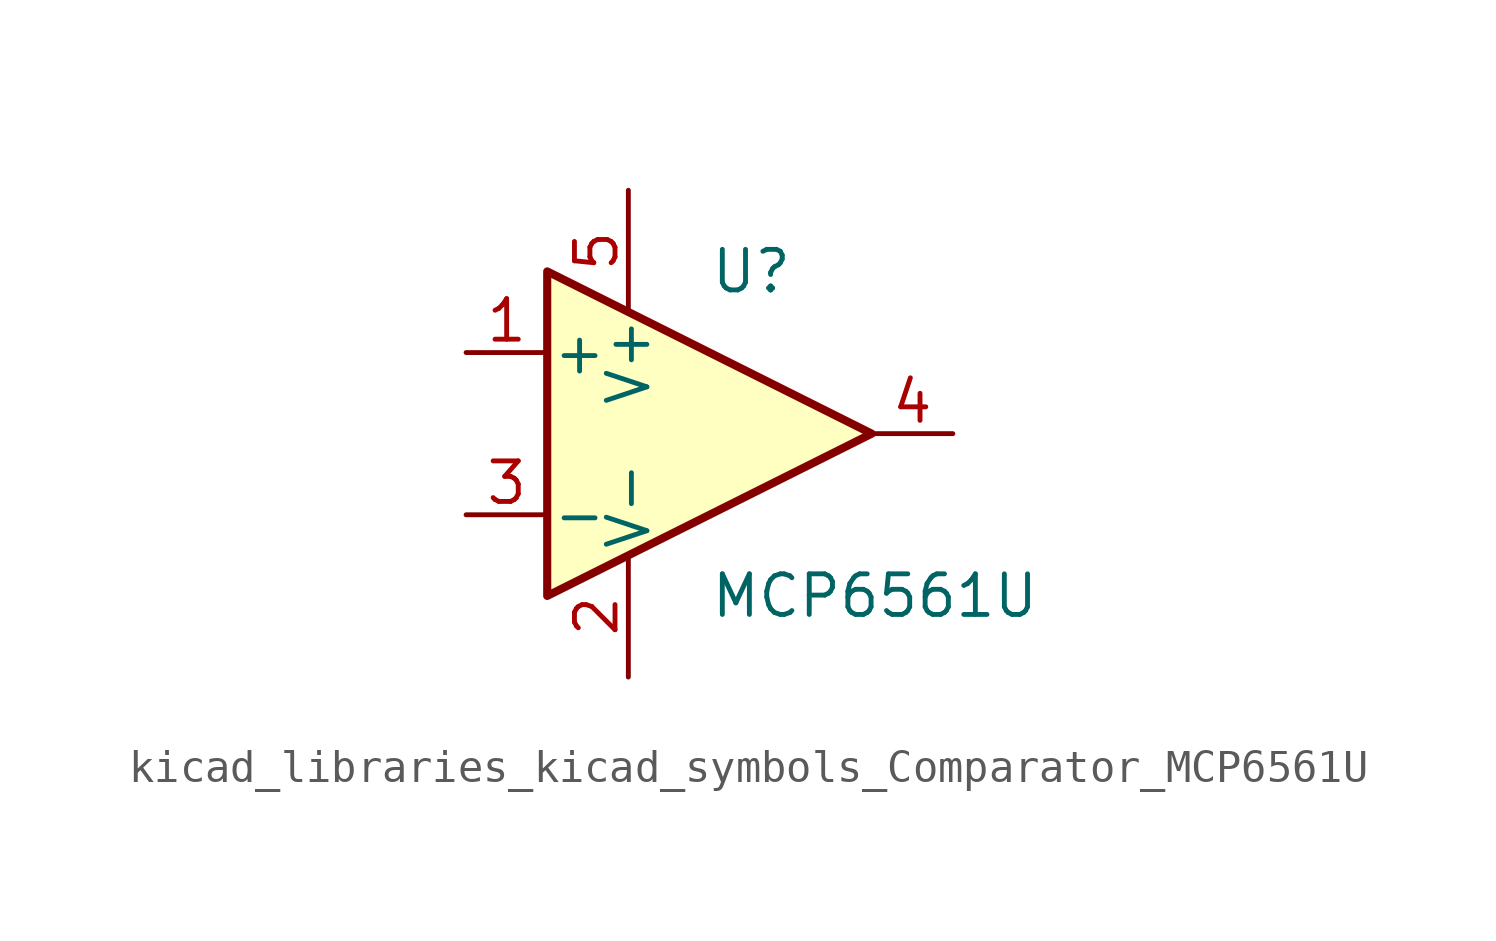
<source format=kicad_sym>
(kicad_symbol_lib
  (version 20220914)
  (generator kicad_symbol_editor)
  (symbol "kicad_libraries_kicad_symbols_Comparator_MCP6561U"
    (pin_names
      (offset 0.127))
    (property "Reference" "U"
      (at 0 5.08 0)
      (effects (font (size 1.27 1.27)) (justify left)))
    (property "Value" "MCP6561U"
      (at 0 -5.08 0)
      (effects (font (size 1.27 1.27)) (justify left)))
    (symbol "kicad_libraries_kicad_symbols_Comparator_MCP6561U_0_1"
      (polyline (pts (xy -5.08 5.08) (xy 5.08 0) (xy -5.08 -5.08) (xy -5.08 5.08)) (stroke (width 0.254) (type default)) (fill (type background)))
      (pin power_in line (at -2.54 -7.62 90) (length 3.81) (name "V-" (effects (font (size 1.27 1.27)))) (number "2" (effects (font (size 1.27 1.27)))))
      (pin power_in line (at -2.54 7.62 270) (length 3.81) (name "V+" (effects (font (size 1.27 1.27)))) (number "5" (effects (font (size 1.27 1.27))))))
    (symbol "kicad_libraries_kicad_symbols_Comparator_MCP6561U_1_1"
      (pin input line (at -7.62 2.54 0) (length 2.54) (name "+" (effects (font (size 1.27 1.27)))) (number "1" (effects (font (size 1.27 1.27)))))
      (pin input line (at -7.62 -2.54 0) (length 2.54) (name "-" (effects (font (size 1.27 1.27)))) (number "3" (effects (font (size 1.27 1.27)))))
      (pin output line (at 7.62 0 180) (length 2.54) (name "~" (effects (font (size 1.27 1.27)))) (number "4" (effects (font (size 1.27 1.27))))))))
</source>
